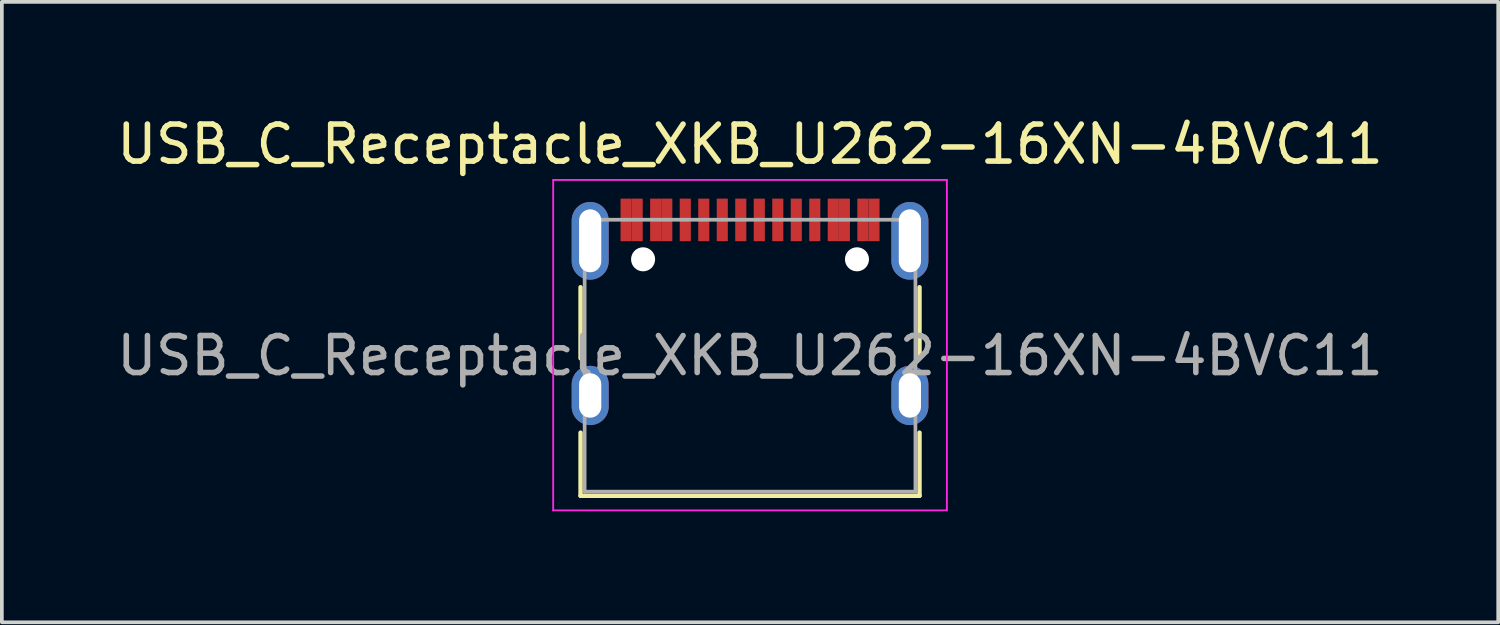
<source format=kicad_pcb>
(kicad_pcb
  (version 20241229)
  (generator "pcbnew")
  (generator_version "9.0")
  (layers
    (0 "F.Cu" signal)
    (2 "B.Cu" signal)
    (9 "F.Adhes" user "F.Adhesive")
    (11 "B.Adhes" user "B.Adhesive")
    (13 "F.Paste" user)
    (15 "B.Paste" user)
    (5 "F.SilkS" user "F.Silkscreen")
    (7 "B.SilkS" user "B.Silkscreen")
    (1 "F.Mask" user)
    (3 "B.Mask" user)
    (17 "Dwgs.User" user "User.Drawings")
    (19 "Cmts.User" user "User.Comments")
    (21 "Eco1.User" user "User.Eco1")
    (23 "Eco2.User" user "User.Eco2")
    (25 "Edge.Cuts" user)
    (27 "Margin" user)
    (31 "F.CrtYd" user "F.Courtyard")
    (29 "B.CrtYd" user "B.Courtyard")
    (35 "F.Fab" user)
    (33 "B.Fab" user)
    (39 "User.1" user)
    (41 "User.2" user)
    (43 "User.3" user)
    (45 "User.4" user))
  (footprint "USB_C_Receptacle_XKB_U262-16XN-4BVC11"
    (layer "F.Cu")
    (at 17.22 6.563)
    (property "Reference" "USB_C_Receptacle_XKB_U262-16XN-4BVC11" (at 0 -5.715 0) (layer "F.SilkS") (effects (font (size 1 1) (thickness 0.15))))
    (attr smd)
    (fp_line (start -4.58 -1.85) (end -4.58 0.07) (stroke (width 0.12) (type solid)) (layer "F.SilkS"))
    (fp_line (start -4.58 3.785) (end -4.58 2.08) (stroke (width 0.12) (type solid)) (layer "F.SilkS"))
    (fp_line (start 4.58 0.07) (end 4.58 -1.85) (stroke (width 0.12) (type solid)) (layer "F.SilkS"))
    (fp_line (start 4.58 2.08) (end 4.58 3.785) (stroke (width 0.12) (type solid)) (layer "F.SilkS"))
    (fp_line (start 4.58 3.785) (end -4.58 3.785) (stroke (width 0.12) (type solid)) (layer "F.SilkS"))
    (fp_line (start -5.32 -4.75) (end 5.32 -4.75) (stroke (width 0.05) (type solid)) (layer "F.CrtYd"))
    (fp_line (start -5.32 4.18) (end -5.32 -4.75) (stroke (width 0.05) (type solid)) (layer "F.CrtYd"))
    (fp_line (start 5.32 -4.75) (end 5.32 4.18) (stroke (width 0.05) (type solid)) (layer "F.CrtYd"))
    (fp_line (start 5.32 4.18) (end -5.32 4.18) (stroke (width 0.05) (type solid)) (layer "F.CrtYd"))
    (fp_line (start -4.47 -3.675) (end -4.47 3.675) (stroke (width 0.1) (type solid)) (layer "F.Fab"))
    (fp_line (start -4.47 -3.675) (end 4.47 -3.675) (stroke (width 0.1) (type solid)) (layer "F.Fab"))
    (fp_line (start -4.47 3.675) (end 4.47 3.675) (stroke (width 0.1) (type solid)) (layer "F.Fab"))
    (fp_line (start 4.47 3.675) (end 4.47 -3.675) (stroke (width 0.1) (type solid)) (layer "F.Fab"))
    (fp_text user "${REFERENCE}" (at 0 0 0) (layer "F.Fab") (effects (font (size 1 1) (thickness 0.15))))
    (pad "" np_thru_hole circle (at -2.89 -2.605) (size 0.65 0.65) (drill 0.65) (layers "*.Cu" "*.Mask"))
    (pad "" np_thru_hole circle (at 2.89 -2.605) (size 0.65 0.65) (drill 0.65) (layers "*.Cu" "*.Mask"))
    (pad "A1" smd rect (at -3.35 -3.67) (size 0.3 1.15) (layers "F.Cu" "F.Mask" "F.Paste"))
    (pad "A4" smd rect (at -2.55 -3.67) (size 0.3 1.15) (layers "F.Cu" "F.Mask" "F.Paste"))
    (pad "A5" smd rect (at -1.25 -3.67) (size 0.3 1.15) (layers "F.Cu" "F.Mask" "F.Paste"))
    (pad "A6" smd rect (at -0.25 -3.67) (size 0.3 1.15) (layers "F.Cu" "F.Mask" "F.Paste"))
    (pad "A7" smd rect (at 0.25 -3.67) (size 0.3 1.15) (layers "F.Cu" "F.Mask" "F.Paste"))
    (pad "A8" smd rect (at 1.25 -3.67) (size 0.3 1.15) (layers "F.Cu" "F.Mask" "F.Paste"))
    (pad "A9" smd rect (at 2.55 -3.67) (size 0.3 1.15) (layers "F.Cu" "F.Mask" "F.Paste"))
    (pad "A12" smd rect (at 3.35 -3.67) (size 0.3 1.15) (layers "F.Cu" "F.Mask" "F.Paste"))
    (pad "B1" smd rect (at 3.05 -3.67) (size 0.3 1.15) (layers "F.Cu" "F.Mask" "F.Paste"))
    (pad "B4" smd rect (at 2.25 -3.67) (size 0.3 1.15) (layers "F.Cu" "F.Mask" "F.Paste"))
    (pad "B5" smd rect (at 1.75 -3.67) (size 0.3 1.15) (layers "F.Cu" "F.Mask" "F.Paste"))
    (pad "B6" smd rect (at 0.75 -3.67) (size 0.3 1.15) (layers "F.Cu" "F.Mask" "F.Paste"))
    (pad "B7" smd rect (at -0.75 -3.67) (size 0.3 1.15) (layers "F.Cu" "F.Mask" "F.Paste"))
    (pad "B8" smd rect (at -1.75 -3.67) (size 0.3 1.15) (layers "F.Cu" "F.Mask" "F.Paste"))
    (pad "B9" smd rect (at -2.25 -3.67) (size 0.3 1.15) (layers "F.Cu" "F.Mask" "F.Paste"))
    (pad "B12" smd rect (at -3.05 -3.67) (size 0.3 1.15) (layers "F.Cu" "F.Mask" "F.Paste"))
    (pad "S1" thru_hole oval (at -4.32 -3.105) (size 1 2.1) (drill oval 0.6 1.7) (layers "*.Cu" "*.Mask"))
    (pad "S1" thru_hole oval (at -4.32 1.075) (size 1 1.6) (drill oval 0.6 1.2) (layers "*.Cu" "*.Mask"))
    (pad "S1" thru_hole oval (at 4.32 -3.105) (size 1 2.1) (drill oval 0.6 1.7) (layers "*.Cu" "*.Mask"))
    (pad "S1" thru_hole oval (at 4.32 1.075) (size 1 1.6) (drill oval 0.6 1.2) (layers "*.Cu" "*.Mask")))
  (gr_rect
    (start -3 -3)
    (end 37.44 13.768)
    (stroke (width 0.1) (type default))
    (fill no)
    (layer "Edge.Cuts")))
</source>
